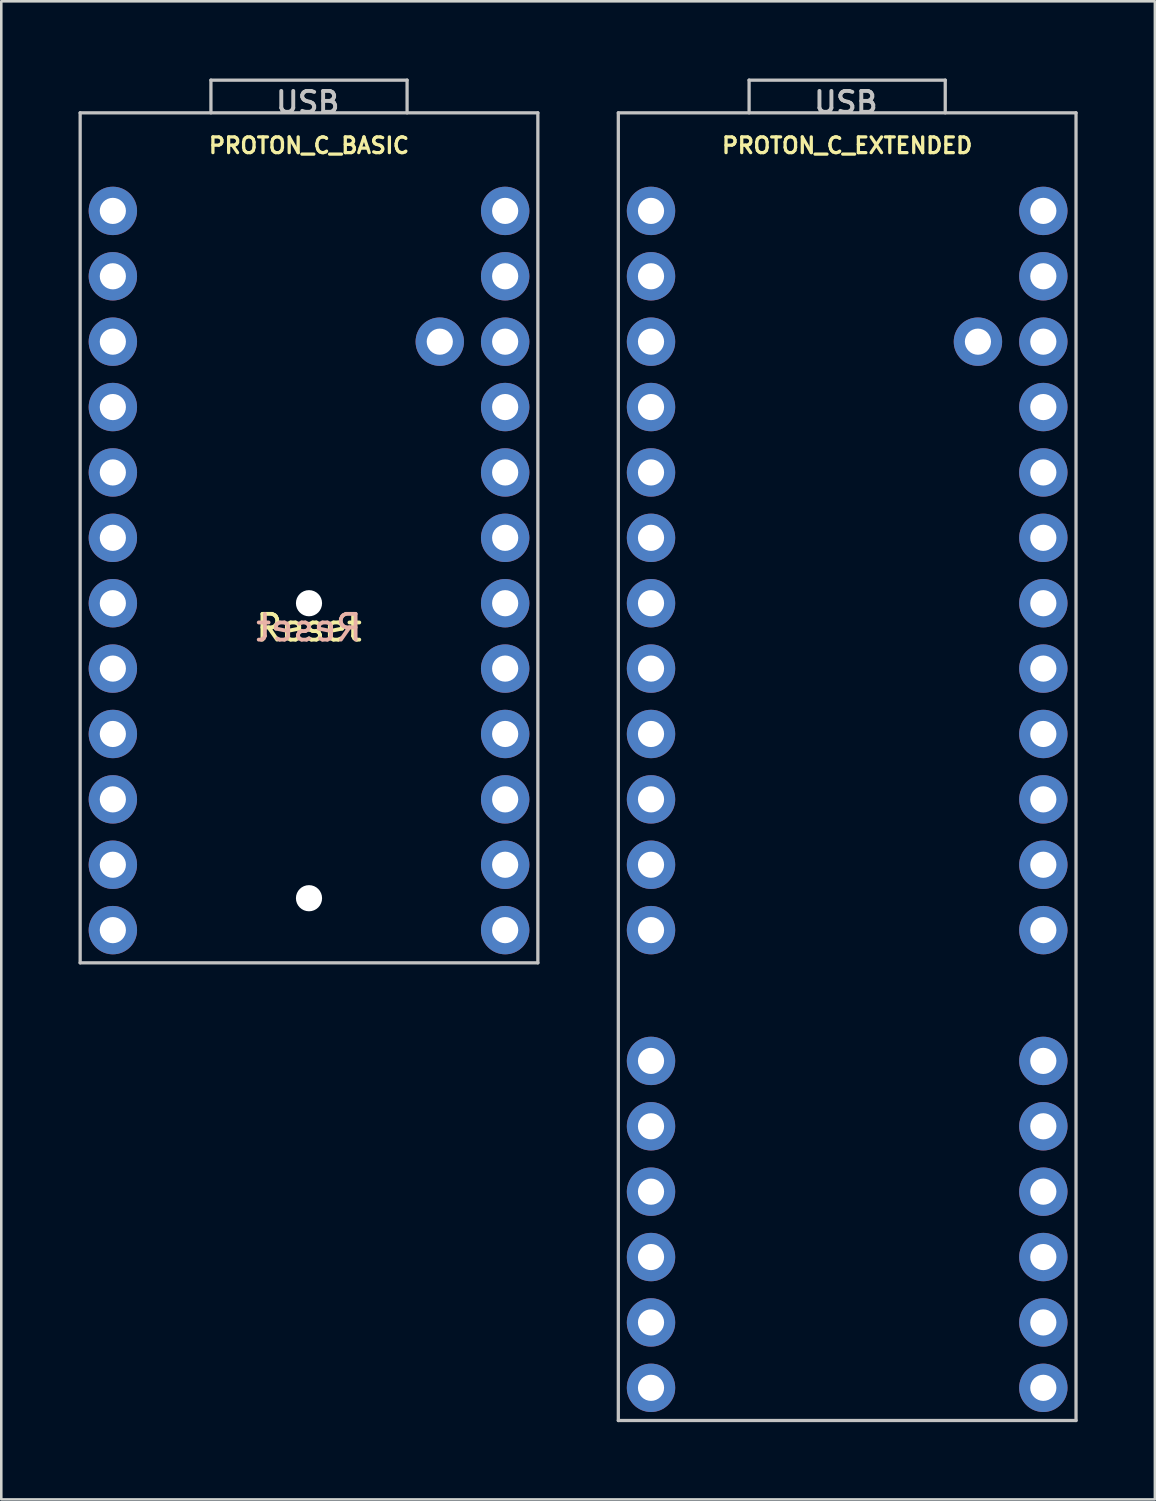
<source format=kicad_pcb>
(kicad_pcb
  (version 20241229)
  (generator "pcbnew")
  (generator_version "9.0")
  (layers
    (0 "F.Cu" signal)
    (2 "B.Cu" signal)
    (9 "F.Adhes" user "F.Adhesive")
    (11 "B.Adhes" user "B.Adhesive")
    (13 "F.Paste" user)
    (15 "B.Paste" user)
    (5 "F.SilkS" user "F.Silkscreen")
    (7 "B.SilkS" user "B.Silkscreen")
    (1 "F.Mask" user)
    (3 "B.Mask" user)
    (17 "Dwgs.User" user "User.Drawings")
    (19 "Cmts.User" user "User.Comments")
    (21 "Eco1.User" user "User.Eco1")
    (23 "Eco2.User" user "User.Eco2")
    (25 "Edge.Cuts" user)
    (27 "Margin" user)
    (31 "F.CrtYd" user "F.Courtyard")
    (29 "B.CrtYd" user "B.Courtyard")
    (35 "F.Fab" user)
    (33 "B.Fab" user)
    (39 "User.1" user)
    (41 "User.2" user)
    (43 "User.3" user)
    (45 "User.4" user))
  (footprint "PROTON_C_BASIC"
    (layer "F.Cu")
    (at 8.954 17.843)
    (property "Reference" "PROTON_C_BASIC" (at 0 -15.24 0) (layer "F.SilkS") (effects (font (size 0.61 0.61) (thickness 0.127))))
    (attr exclude_from_pos_files exclude_from_bom)
    (fp_line (start -8.89 -16.51) (end -8.89 16.51) (stroke (width 0.127) (type solid)) (layer "Dwgs.User"))
    (fp_line (start -8.89 16.51) (end 8.89 16.51) (stroke (width 0.127) (type solid)) (layer "Dwgs.User"))
    (fp_line (start -3.81 -17.78) (end 3.81 -17.78) (stroke (width 0.127) (type solid)) (layer "Dwgs.User"))
    (fp_line (start -3.81 -16.51) (end -3.81 -17.78) (stroke (width 0.127) (type solid)) (layer "Dwgs.User"))
    (fp_line (start 3.81 -17.78) (end 3.81 -16.51) (stroke (width 0.127) (type solid)) (layer "Dwgs.User"))
    (fp_line (start 8.89 -16.51) (end -8.89 -16.51) (stroke (width 0.127) (type solid)) (layer "Dwgs.User"))
    (fp_line (start 8.89 16.51) (end 8.89 -16.51) (stroke (width 0.127) (type solid)) (layer "Dwgs.User"))
    (fp_text user "Reset" (at 0 3.5 0) (layer "F.SilkS") (effects (font (size 1 1) (thickness 0.15))))
    (fp_text user "Reset" (at 0 3.5 0) (layer "B.SilkS") (effects (font (size 1 1) (thickness 0.15)) (justify mirror)))
    (fp_text user "USB" (at -0.051 -16.916 0) (layer "Dwgs.User") (effects (font (size 0.813 0.813) (thickness 0.152))))
    (pad "" np_thru_hole circle (at 0 2.54) (size 1.016 1.016) (drill 1.016) (layers "*.Cu" "*.Mask"))
    (pad "" np_thru_hole circle (at 0 14) (size 1.016 1.016) (drill 1.016) (layers "*.Cu" "*.Mask"))
    (pad "1" thru_hole circle (at -7.62 -12.7) (size 1.88 1.88) (drill 1.016) (layers "*.Cu" "*.Mask"))
    (pad "2" thru_hole circle (at -7.62 -10.16) (size 1.88 1.88) (drill 1.016) (layers "*.Cu" "*.Mask"))
    (pad "3" thru_hole circle (at -7.62 -7.62) (size 1.88 1.88) (drill 1.016) (layers "*.Cu" "*.Mask"))
    (pad "4" thru_hole circle (at -7.62 -5.08) (size 1.88 1.88) (drill 1.016) (layers "*.Cu" "*.Mask"))
    (pad "5" thru_hole circle (at -7.62 -2.54) (size 1.88 1.88) (drill 1.016) (layers "*.Cu" "*.Mask"))
    (pad "6" thru_hole circle (at -7.62 0) (size 1.88 1.88) (drill 1.016) (layers "*.Cu" "*.Mask"))
    (pad "7" thru_hole circle (at -7.62 2.54) (size 1.88 1.88) (drill 1.016) (layers "*.Cu" "*.Mask"))
    (pad "8" thru_hole circle (at -7.62 5.08) (size 1.88 1.88) (drill 1.016) (layers "*.Cu" "*.Mask"))
    (pad "9" thru_hole circle (at -7.62 7.62) (size 1.88 1.88) (drill 1.016) (layers "*.Cu" "*.Mask"))
    (pad "10" thru_hole circle (at -7.62 10.16) (size 1.88 1.88) (drill 1.016) (layers "*.Cu" "*.Mask"))
    (pad "11" thru_hole circle (at -7.62 12.7) (size 1.88 1.88) (drill 1.016) (layers "*.Cu" "*.Mask"))
    (pad "12" thru_hole circle (at -7.62 15.24) (size 1.88 1.88) (drill 1.016) (layers "*.Cu" "*.Mask"))
    (pad "13" thru_hole circle (at 7.62 15.24) (size 1.88 1.88) (drill 1.016) (layers "*.Cu" "*.Mask"))
    (pad "14" thru_hole circle (at 7.62 12.7) (size 1.88 1.88) (drill 1.016) (layers "*.Cu" "*.Mask"))
    (pad "15" thru_hole circle (at 7.62 10.16) (size 1.88 1.88) (drill 1.016) (layers "*.Cu" "*.Mask"))
    (pad "16" thru_hole circle (at 7.62 7.62) (size 1.88 1.88) (drill 1.016) (layers "*.Cu" "*.Mask"))
    (pad "17" thru_hole circle (at 7.62 5.08) (size 1.88 1.88) (drill 1.016) (layers "*.Cu" "*.Mask"))
    (pad "18" thru_hole circle (at 7.62 2.54) (size 1.88 1.88) (drill 1.016) (layers "*.Cu" "*.Mask"))
    (pad "19" thru_hole circle (at 7.62 0) (size 1.88 1.88) (drill 1.016) (layers "*.Cu" "*.Mask"))
    (pad "20" thru_hole circle (at 7.62 -2.54) (size 1.88 1.88) (drill 1.016) (layers "*.Cu" "*.Mask"))
    (pad "21" thru_hole circle (at 7.62 -5.08) (size 1.88 1.88) (drill 1.016) (layers "*.Cu" "*.Mask"))
    (pad "22" thru_hole circle (at 7.62 -7.62) (size 1.88 1.88) (drill 1.016) (layers "*.Cu" "*.Mask"))
    (pad "23" thru_hole circle (at 7.62 -10.16) (size 1.88 1.88) (drill 1.016) (layers "*.Cu" "*.Mask"))
    (pad "24" thru_hole circle (at 7.62 -12.7) (size 1.88 1.88) (drill 1.016) (layers "*.Cu" "*.Mask"))
    (pad "25" thru_hole circle (at 5.08 -7.62) (size 1.88 1.88) (drill 1.016) (layers "*.Cu" "*.Mask")))
  (footprint "PROTON_C_EXTENDED"
    (layer "F.Cu")
    (at 29.86 17.843)
    (property "Reference" "PROTON_C_EXTENDED" (at 0 -15.24 0) (layer "F.SilkS") (effects (font (size 0.61 0.61) (thickness 0.127))))
    (attr exclude_from_pos_files exclude_from_bom)
    (fp_line (start -8.89 -16.51) (end -8.89 34.29) (stroke (width 0.127) (type solid)) (layer "Dwgs.User"))
    (fp_line (start -8.89 34.29) (end 8.89 34.29) (stroke (width 0.127) (type solid)) (layer "Dwgs.User"))
    (fp_line (start -3.81 -17.78) (end 3.81 -17.78) (stroke (width 0.127) (type solid)) (layer "Dwgs.User"))
    (fp_line (start -3.81 -16.51) (end -3.81 -17.78) (stroke (width 0.127) (type solid)) (layer "Dwgs.User"))
    (fp_line (start 3.81 -17.78) (end 3.81 -16.51) (stroke (width 0.127) (type solid)) (layer "Dwgs.User"))
    (fp_line (start 8.89 -16.51) (end -8.89 -16.51) (stroke (width 0.127) (type solid)) (layer "Dwgs.User"))
    (fp_line (start 8.89 34.29) (end 8.89 -16.51) (stroke (width 0.127) (type solid)) (layer "Dwgs.User"))
    (fp_text user "USB" (at -0.051 -16.916 0) (layer "Dwgs.User") (effects (font (size 0.813 0.813) (thickness 0.152))))
    (pad "1" thru_hole circle (at -7.62 -12.7) (size 1.88 1.88) (drill 1.016) (layers "*.Cu" "*.Mask"))
    (pad "2" thru_hole circle (at -7.62 -10.16) (size 1.88 1.88) (drill 1.016) (layers "*.Cu" "*.Mask"))
    (pad "3" thru_hole circle (at -7.62 -7.62) (size 1.88 1.88) (drill 1.016) (layers "*.Cu" "*.Mask"))
    (pad "4" thru_hole circle (at -7.62 -5.08) (size 1.88 1.88) (drill 1.016) (layers "*.Cu" "*.Mask"))
    (pad "5" thru_hole circle (at -7.62 -2.54) (size 1.88 1.88) (drill 1.016) (layers "*.Cu" "*.Mask"))
    (pad "6" thru_hole circle (at -7.62 0) (size 1.88 1.88) (drill 1.016) (layers "*.Cu" "*.Mask"))
    (pad "7" thru_hole circle (at -7.62 2.54) (size 1.88 1.88) (drill 1.016) (layers "*.Cu" "*.Mask"))
    (pad "8" thru_hole circle (at -7.62 5.08) (size 1.88 1.88) (drill 1.016) (layers "*.Cu" "*.Mask"))
    (pad "9" thru_hole circle (at -7.62 7.62) (size 1.88 1.88) (drill 1.016) (layers "*.Cu" "*.Mask"))
    (pad "10" thru_hole circle (at -7.62 10.16) (size 1.88 1.88) (drill 1.016) (layers "*.Cu" "*.Mask"))
    (pad "11" thru_hole circle (at -7.62 12.7) (size 1.88 1.88) (drill 1.016) (layers "*.Cu" "*.Mask"))
    (pad "12" thru_hole circle (at -7.62 15.24) (size 1.88 1.88) (drill 1.016) (layers "*.Cu" "*.Mask"))
    (pad "13" thru_hole circle (at 7.62 15.24) (size 1.88 1.88) (drill 1.016) (layers "*.Cu" "*.Mask"))
    (pad "14" thru_hole circle (at 7.62 12.7) (size 1.88 1.88) (drill 1.016) (layers "*.Cu" "*.Mask"))
    (pad "15" thru_hole circle (at 7.62 10.16) (size 1.88 1.88) (drill 1.016) (layers "*.Cu" "*.Mask"))
    (pad "16" thru_hole circle (at 7.62 7.62) (size 1.88 1.88) (drill 1.016) (layers "*.Cu" "*.Mask"))
    (pad "17" thru_hole circle (at 7.62 5.08) (size 1.88 1.88) (drill 1.016) (layers "*.Cu" "*.Mask"))
    (pad "18" thru_hole circle (at 7.62 2.54) (size 1.88 1.88) (drill 1.016) (layers "*.Cu" "*.Mask"))
    (pad "19" thru_hole circle (at 7.62 0) (size 1.88 1.88) (drill 1.016) (layers "*.Cu" "*.Mask"))
    (pad "20" thru_hole circle (at 7.62 -2.54) (size 1.88 1.88) (drill 1.016) (layers "*.Cu" "*.Mask"))
    (pad "21" thru_hole circle (at 7.62 -5.08) (size 1.88 1.88) (drill 1.016) (layers "*.Cu" "*.Mask"))
    (pad "22" thru_hole circle (at 7.62 -7.62) (size 1.88 1.88) (drill 1.016) (layers "*.Cu" "*.Mask"))
    (pad "23" thru_hole circle (at 7.62 -10.16) (size 1.88 1.88) (drill 1.016) (layers "*.Cu" "*.Mask"))
    (pad "24" thru_hole circle (at 7.62 -12.7) (size 1.88 1.88) (drill 1.016) (layers "*.Cu" "*.Mask"))
    (pad "25" thru_hole circle (at 5.08 -7.62) (size 1.88 1.88) (drill 1.016) (layers "*.Cu" "*.Mask"))
    (pad "29" thru_hole circle (at -7.62 20.32) (size 1.88 1.88) (drill 1.016) (layers "*.Cu" "*.Mask"))
    (pad "30" thru_hole circle (at -7.62 22.86) (size 1.88 1.88) (drill 1.016) (layers "*.Cu" "*.Mask"))
    (pad "31" thru_hole circle (at -7.62 25.4) (size 1.88 1.88) (drill 1.016) (layers "*.Cu" "*.Mask"))
    (pad "32" thru_hole circle (at -7.62 27.94) (size 1.88 1.88) (drill 1.016) (layers "*.Cu" "*.Mask"))
    (pad "33" thru_hole circle (at -7.62 30.48) (size 1.88 1.88) (drill 1.016) (layers "*.Cu" "*.Mask"))
    (pad "34" thru_hole circle (at -7.62 33.02) (size 1.88 1.88) (drill 1.016) (layers "*.Cu" "*.Mask"))
    (pad "35" thru_hole circle (at 7.62 20.32) (size 1.88 1.88) (drill 1.016) (layers "*.Cu" "*.Mask"))
    (pad "36" thru_hole circle (at 7.62 22.86) (size 1.88 1.88) (drill 1.016) (layers "*.Cu" "*.Mask"))
    (pad "37" thru_hole circle (at 7.62 25.4) (size 1.88 1.88) (drill 1.016) (layers "*.Cu" "*.Mask"))
    (pad "38" thru_hole circle (at 7.62 27.94) (size 1.88 1.88) (drill 1.016) (layers "*.Cu" "*.Mask"))
    (pad "39" thru_hole circle (at 7.62 30.48) (size 1.88 1.88) (drill 1.016) (layers "*.Cu" "*.Mask"))
    (pad "40" thru_hole circle (at 7.62 33.02) (size 1.88 1.88) (drill 1.016) (layers "*.Cu" "*.Mask")))
  (gr_rect
    (start -3 -3)
    (end 41.814 55.197)
    (stroke (width 0.1) (type default))
    (fill no)
    (layer "Edge.Cuts")))
</source>
